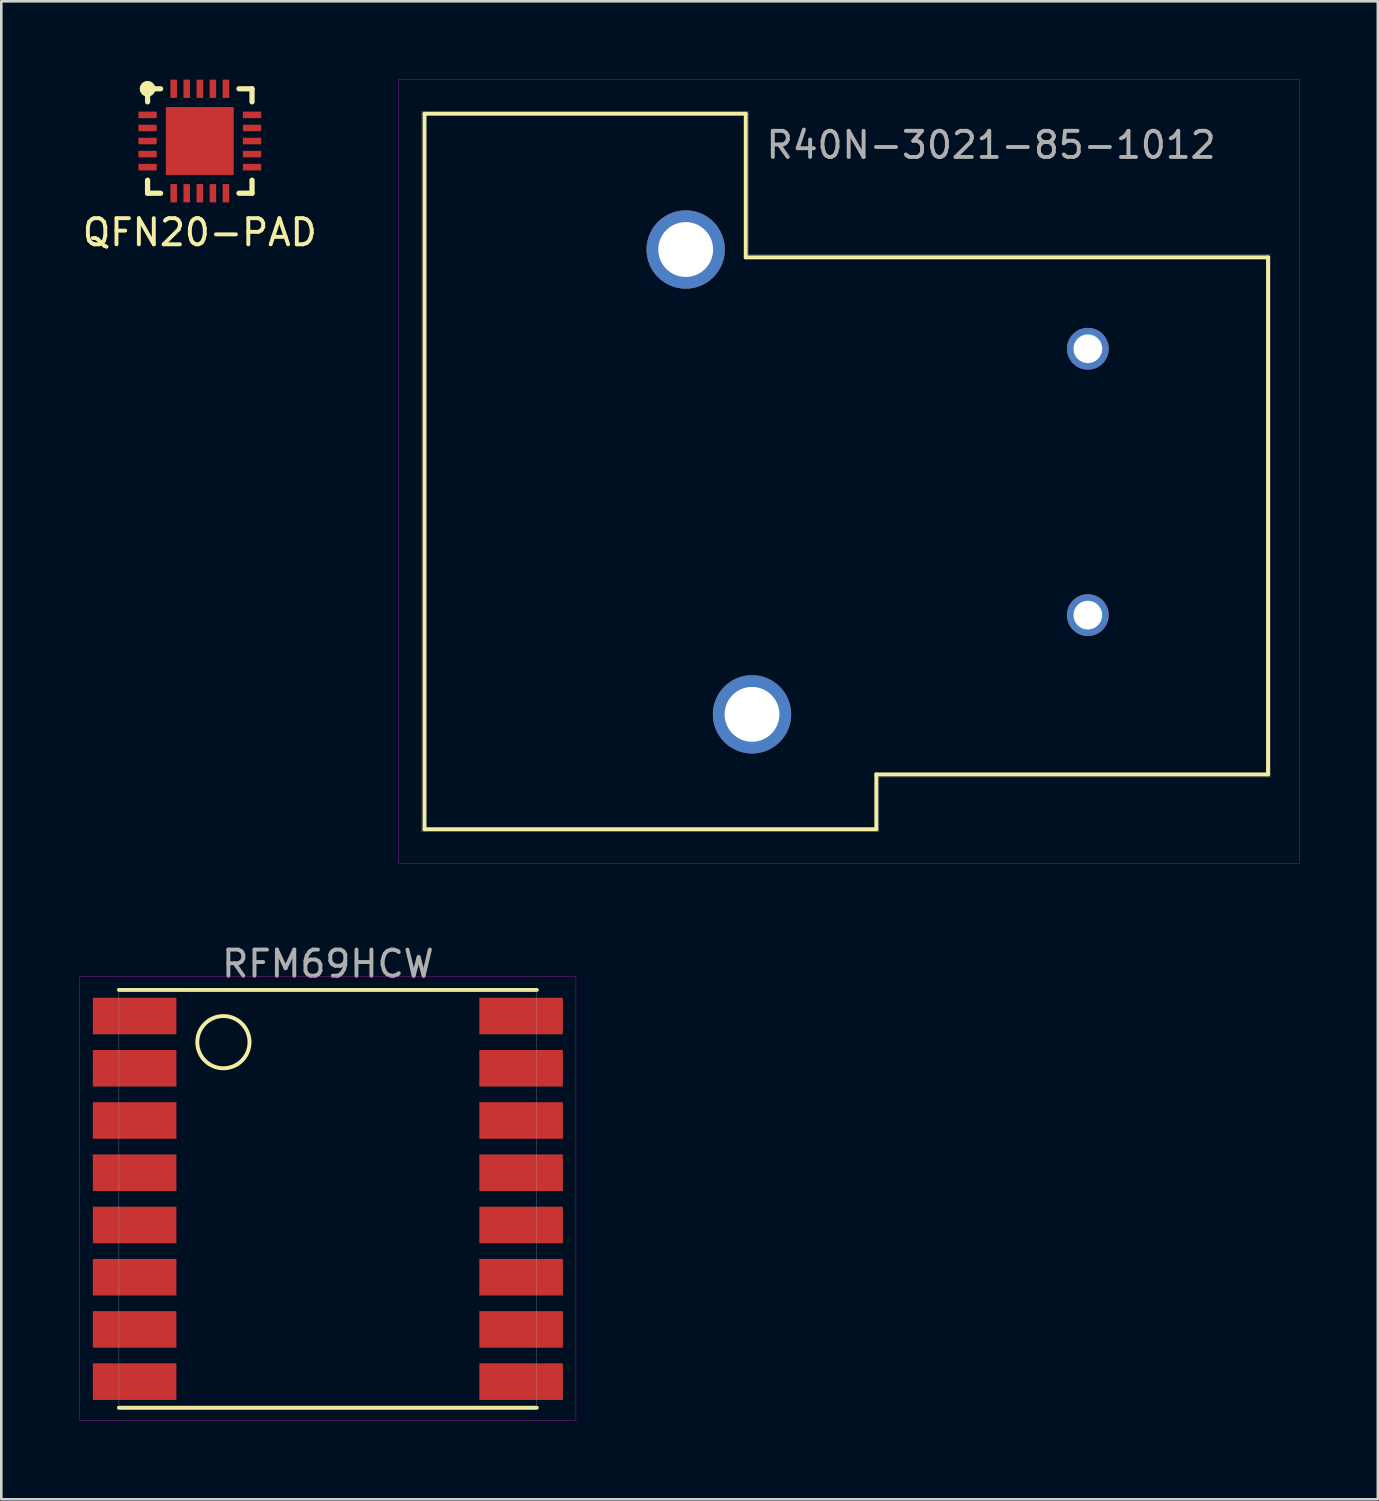
<source format=kicad_pcb>
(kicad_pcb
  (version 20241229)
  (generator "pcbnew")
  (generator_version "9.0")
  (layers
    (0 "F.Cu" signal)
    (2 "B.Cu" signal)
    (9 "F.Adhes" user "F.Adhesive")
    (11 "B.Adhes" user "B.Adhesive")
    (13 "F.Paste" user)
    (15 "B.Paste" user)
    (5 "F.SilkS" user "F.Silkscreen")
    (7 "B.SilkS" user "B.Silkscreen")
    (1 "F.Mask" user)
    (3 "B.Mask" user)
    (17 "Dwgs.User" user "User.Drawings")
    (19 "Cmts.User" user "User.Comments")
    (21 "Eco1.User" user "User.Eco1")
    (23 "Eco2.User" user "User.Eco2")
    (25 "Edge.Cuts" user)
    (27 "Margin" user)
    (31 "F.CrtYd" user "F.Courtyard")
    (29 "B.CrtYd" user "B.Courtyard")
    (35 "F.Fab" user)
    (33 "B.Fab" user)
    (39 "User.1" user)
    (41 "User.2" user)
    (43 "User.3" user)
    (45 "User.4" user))
  (footprint "QFN20-PAD"
    (layer "F.Cu")
    (at 4.601 2.35)
    (property "Reference" "QFN20-PAD" (at 0 3.5 0) (layer "F.SilkS") (effects (font (size 1 1) (thickness 0.15))))
    (attr through_hole)
    (fp_line (start -2 -2) (end -2 -1.5) (stroke (width 0.2) (type solid)) (layer "F.SilkS"))
    (fp_line (start -2 1.5) (end -2 2) (stroke (width 0.2) (type solid)) (layer "F.SilkS"))
    (fp_line (start -2 2) (end -1.5 2) (stroke (width 0.2) (type solid)) (layer "F.SilkS"))
    (fp_line (start -1.5 -2) (end -2 -2) (stroke (width 0.2) (type solid)) (layer "F.SilkS"))
    (fp_line (start 1.5 -2) (end 2 -2) (stroke (width 0.2) (type solid)) (layer "F.SilkS"))
    (fp_line (start 1.5 2) (end 2 2) (stroke (width 0.2) (type solid)) (layer "F.SilkS"))
    (fp_line (start 2 -2) (end 2 -1.5) (stroke (width 0.2) (type solid)) (layer "F.SilkS"))
    (fp_line (start 2 2) (end 2 1.5) (stroke (width 0.2) (type solid)) (layer "F.SilkS"))
    (fp_circle (center -2 -2) (end -2.2 -2) (stroke (width 0.2) (type solid)) (fill no) (layer "F.SilkS"))
    (fp_circle (center -2 -2) (end -2.1 -2) (stroke (width 0.2) (type solid)) (fill no) (layer "F.SilkS"))
    (pad "1" smd rect (at -2 -1) (size 0.7 0.25) (layers "F.Cu" "F.Mask" "F.Paste"))
    (pad "2" smd rect (at -2 -0.5) (size 0.7 0.25) (layers "F.Cu" "F.Mask" "F.Paste"))
    (pad "3" smd rect (at -2 0) (size 0.7 0.25) (layers "F.Cu" "F.Mask" "F.Paste"))
    (pad "4" smd rect (at -2 0.5) (size 0.7 0.25) (layers "F.Cu" "F.Mask" "F.Paste"))
    (pad "5" smd rect (at -2 1) (size 0.7 0.25) (layers "F.Cu" "F.Mask" "F.Paste"))
    (pad "6" smd rect (at -1 2) (size 0.25 0.7) (layers "F.Cu" "F.Mask" "F.Paste"))
    (pad "7" smd rect (at -0.5 2) (size 0.25 0.7) (layers "F.Cu" "F.Mask" "F.Paste"))
    (pad "8" smd rect (at 0 2) (size 0.25 0.7) (layers "F.Cu" "F.Mask" "F.Paste"))
    (pad "9" smd rect (at 0.5 2) (size 0.25 0.7) (layers "F.Cu" "F.Mask" "F.Paste"))
    (pad "10" smd rect (at 1 2) (size 0.25 0.7) (layers "F.Cu" "F.Mask" "F.Paste"))
    (pad "11" smd rect (at 2 1) (size 0.7 0.25) (layers "F.Cu" "F.Mask" "F.Paste"))
    (pad "12" smd rect (at 2 0.5) (size 0.7 0.25) (layers "F.Cu" "F.Mask" "F.Paste"))
    (pad "13" smd rect (at 2 0) (size 0.7 0.25) (layers "F.Cu" "F.Mask" "F.Paste"))
    (pad "14" smd rect (at 2 -0.5) (size 0.7 0.25) (layers "F.Cu" "F.Mask" "F.Paste"))
    (pad "15" smd rect (at 2 -1) (size 0.7 0.25) (layers "F.Cu" "F.Mask" "F.Paste"))
    (pad "16" smd rect (at 1 -2) (size 0.25 0.7) (layers "F.Cu" "F.Mask" "F.Paste"))
    (pad "17" smd rect (at 0.5 -2) (size 0.25 0.7) (layers "F.Cu" "F.Mask" "F.Paste"))
    (pad "18" smd rect (at 0 -2) (size 0.25 0.7) (layers "F.Cu" "F.Mask" "F.Paste"))
    (pad "19" smd rect (at -0.5 -2) (size 0.25 0.7) (layers "F.Cu" "F.Mask" "F.Paste"))
    (pad "20" smd rect (at -1 -2) (size 0.25 0.7) (layers "F.Cu" "F.Mask" "F.Paste"))
    (pad "PAD" smd rect (at 0 0) (size 2.6 2.6) (layers "F.Cu" "F.Mask" "F.Paste")))
  (footprint "RFM69HCW"
    (layer "F.Cu")
    (at 9.505 42.858)
    (property "Reference" "RFM69HCW" (at 0 -9 0) (layer "F.Fab") (effects (font (size 1 1) (thickness 0.15))))
    (attr through_hole)
    (fp_line (start -8 -8) (end 8 -8) (stroke (width 0.15) (type solid)) (layer "F.SilkS"))
    (fp_line (start -8 8) (end 8 8) (stroke (width 0.15) (type solid)) (layer "F.SilkS"))
    (fp_circle (center -4 -6) (end -3 -6) (stroke (width 0.15) (type solid)) (fill no) (layer "F.SilkS"))
    (fp_line (start -9.5 -8.5) (end -9.5 -4) (stroke (width 0.01) (type solid)) (layer "F.CrtYd"))
    (fp_line (start -9.5 -4) (end -9.5 8.5) (stroke (width 0.01) (type solid)) (layer "F.CrtYd"))
    (fp_line (start -9.5 8.5) (end 9.5 8.5) (stroke (width 0.01) (type solid)) (layer "F.CrtYd"))
    (fp_line (start 9.5 -8.5) (end -9.5 -8.5) (stroke (width 0.01) (type solid)) (layer "F.CrtYd"))
    (fp_line (start 9.5 8.5) (end 9.5 -8.5) (stroke (width 0.01) (type solid)) (layer "F.CrtYd"))
    (fp_line (start -8 -8) (end 8 -8) (stroke (width 0.01) (type solid)) (layer "F.Fab"))
    (fp_line (start -8 8) (end -8 -8) (stroke (width 0.01) (type solid)) (layer "F.Fab"))
    (fp_line (start 8 -8) (end 8 8) (stroke (width 0.01) (type solid)) (layer "F.Fab"))
    (fp_line (start 8 8) (end -8 8) (stroke (width 0.01) (type solid)) (layer "F.Fab"))
    (pad "1" smd rect (at -7.4 -7) (size 3.2 1.4) (layers "F.Cu" "F.Mask" "F.Paste"))
    (pad "2" smd rect (at -7.4 -5) (size 3.2 1.4) (layers "F.Cu" "F.Mask" "F.Paste"))
    (pad "3" smd rect (at -7.4 -3) (size 3.2 1.4) (layers "F.Cu" "F.Mask" "F.Paste"))
    (pad "4" smd rect (at -7.4 -1) (size 3.2 1.4) (layers "F.Cu" "F.Mask" "F.Paste"))
    (pad "5" smd rect (at -7.4 1) (size 3.2 1.4) (layers "F.Cu" "F.Mask" "F.Paste"))
    (pad "6" smd rect (at -7.4 3) (size 3.2 1.4) (layers "F.Cu" "F.Mask" "F.Paste"))
    (pad "7" smd rect (at -7.4 5) (size 3.2 1.4) (layers "F.Cu" "F.Mask" "F.Paste"))
    (pad "8" smd rect (at -7.4 7) (size 3.2 1.4) (layers "F.Cu" "F.Mask" "F.Paste"))
    (pad "9" smd rect (at 7.4 7) (size 3.2 1.4) (layers "F.Cu" "F.Mask" "F.Paste"))
    (pad "10" smd rect (at 7.4 5) (size 3.2 1.4) (layers "F.Cu" "F.Mask" "F.Paste"))
    (pad "11" smd rect (at 7.4 3) (size 3.2 1.4) (layers "F.Cu" "F.Mask" "F.Paste"))
    (pad "12" smd rect (at 7.4 1) (size 3.2 1.4) (layers "F.Cu" "F.Mask" "F.Paste"))
    (pad "13" smd rect (at 7.4 -1) (size 3.2 1.4) (layers "F.Cu" "F.Mask" "F.Paste"))
    (pad "14" smd rect (at 7.4 -3) (size 3.2 1.4) (layers "F.Cu" "F.Mask" "F.Paste"))
    (pad "15" smd rect (at 7.4 -5) (size 3.2 1.4) (layers "F.Cu" "F.Mask" "F.Paste"))
    (pad "16" smd rect (at 7.4 -7) (size 3.2 1.4) (layers "F.Cu" "F.Mask" "F.Paste")))
  (footprint "R40N-3021-85-1012"
    (layer "F.Cu")
    (at 23.207 6.505)
    (property "Reference" "R40N-3021-85-1012" (at 3 -4 0) (unlocked yes) (layer "F.Fab") (effects (font (size 1 1) (thickness 0.15)) (justify left)))
    (attr through_hole)
    (fp_line (start -10 -5.2) (end -10 22.2) (stroke (width 0.15) (type solid)) (layer "F.SilkS"))
    (fp_line (start -10 22.2) (end 7.3 22.2) (stroke (width 0.15) (type solid)) (layer "F.SilkS"))
    (fp_line (start 2.3 -5.2) (end -10 -5.2) (stroke (width 0.15) (type solid)) (layer "F.SilkS"))
    (fp_line (start 2.3 0.3) (end 2.3 -5.2) (stroke (width 0.15) (type solid)) (layer "F.SilkS"))
    (fp_line (start 7.3 20.1) (end 22.3 20.1) (stroke (width 0.15) (type solid)) (layer "F.SilkS"))
    (fp_line (start 7.3 22.2) (end 7.3 20.1) (stroke (width 0.15) (type solid)) (layer "F.SilkS"))
    (fp_line (start 22.3 0.3) (end 2.3 0.3) (stroke (width 0.15) (type solid)) (layer "F.SilkS"))
    (fp_line (start 22.3 20.1) (end 22.3 0.3) (stroke (width 0.15) (type solid)) (layer "F.SilkS"))
    (fp_line (start -11 -6.5) (end 23.5 -6.5) (stroke (width 0.01) (type solid)) (layer "F.CrtYd"))
    (fp_line (start -11 23.5) (end -11 -6.5) (stroke (width 0.01) (type solid)) (layer "F.CrtYd"))
    (fp_line (start 23.5 -6.5) (end 23.5 23.5) (stroke (width 0.01) (type solid)) (layer "F.CrtYd"))
    (fp_line (start 23.5 23.5) (end -11 23.5) (stroke (width 0.01) (type solid)) (layer "F.CrtYd"))
    (fp_line (start -10.1 -5.3) (end -10.1 22.3) (stroke (width 0.01) (type solid)) (layer "F.Fab"))
    (fp_line (start -10.1 22.3) (end 7.4 22.3) (stroke (width 0.01) (type solid)) (layer "F.Fab"))
    (fp_line (start 2.4 -5.3) (end -10.1 -5.3) (stroke (width 0.01) (type solid)) (layer "F.Fab"))
    (fp_line (start 2.4 0.2) (end 2.4 -5.3) (stroke (width 0.01) (type solid)) (layer "F.Fab"))
    (fp_line (start 7.4 20.2) (end 22.4 20.2) (stroke (width 0.01) (type solid)) (layer "F.Fab"))
    (fp_line (start 7.4 22.3) (end 7.4 20.2) (stroke (width 0.01) (type solid)) (layer "F.Fab"))
    (fp_line (start 22.4 0.2) (end 2.4 0.2) (stroke (width 0.01) (type solid)) (layer "F.Fab"))
    (fp_line (start 22.4 20.2) (end 22.4 0.2) (stroke (width 0.01) (type solid)) (layer "F.Fab"))
    (pad "11" thru_hole circle (at 2.54 17.8) (size 3 3) (drill 2.1) (layers "*.Cu" "*.Mask"))
    (pad "14" thru_hole circle (at 0 0) (size 3 3) (drill 2.1) (layers "*.Cu" "*.Mask"))
    (pad "A1" thru_hole circle (at 15.4 3.8) (size 1.6 1.6) (drill 1.1) (layers "*.Cu" "*.Mask"))
    (pad "A2" thru_hole circle (at 15.4 14) (size 1.6 1.6) (drill 1.1) (layers "*.Cu" "*.Mask")))
  (gr_rect
    (start -3 -3)
    (end 49.712 54.363)
    (stroke (width 0.1) (type default))
    (fill no)
    (layer "Edge.Cuts")))
</source>
